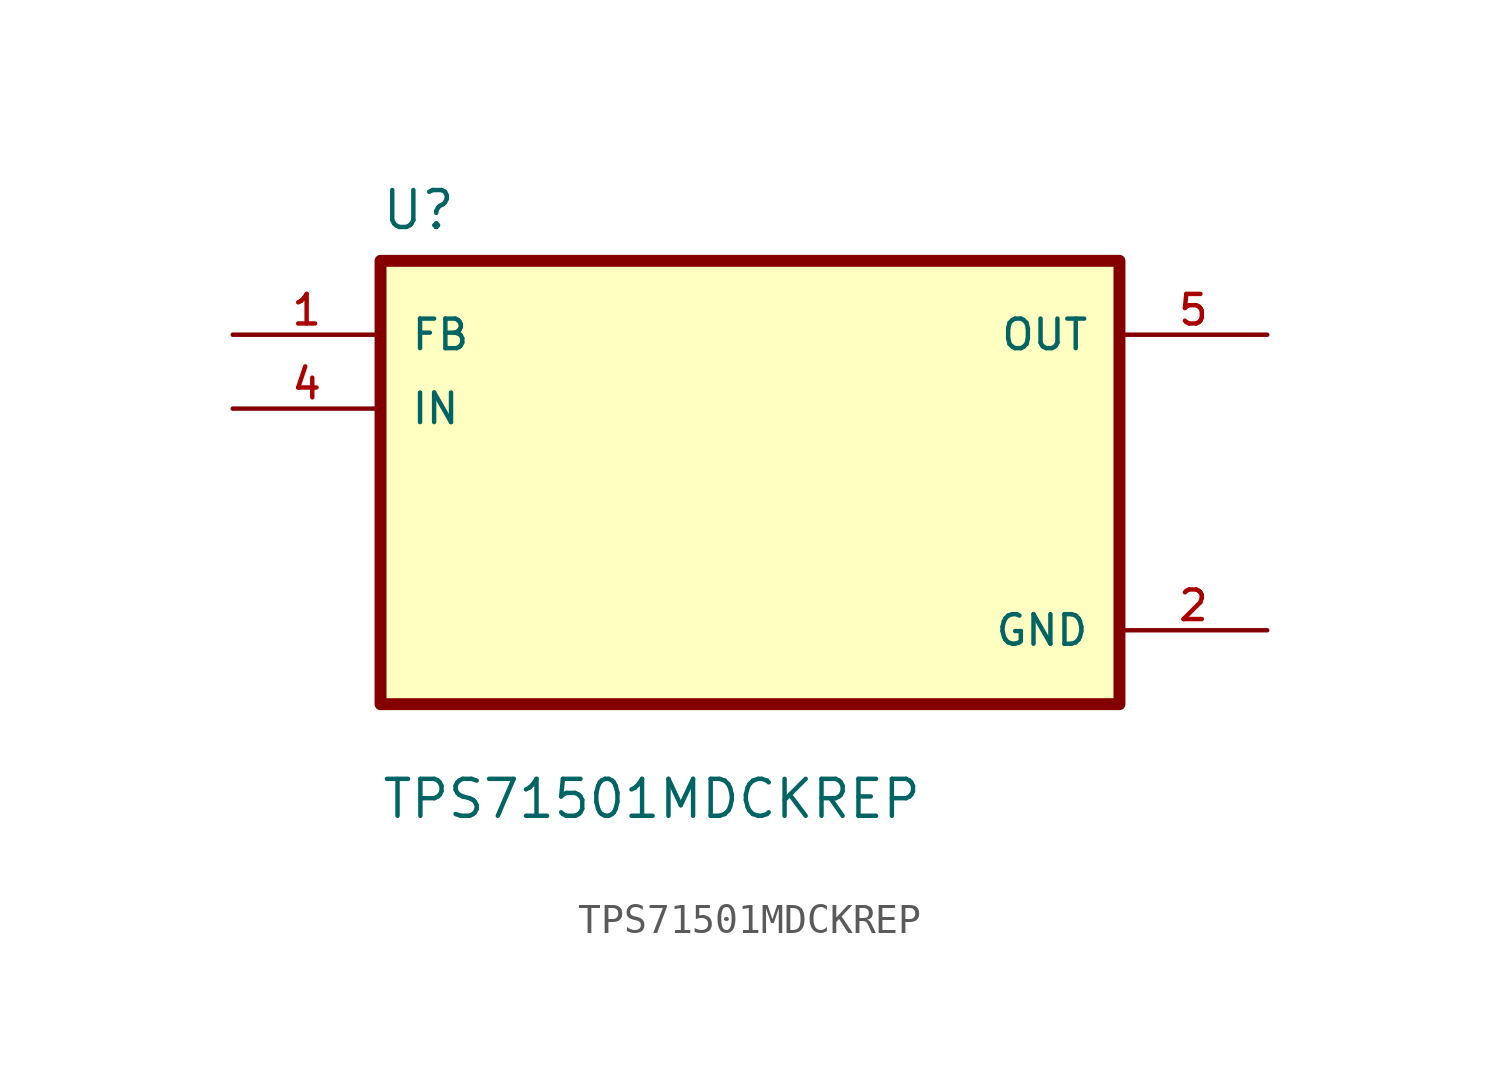
<source format=kicad_sym>
(kicad_symbol_lib
  (version 20211014)
  (generator kicad_symbol_editor)
  (symbol "TPS71501MDCKREP"
    (pin_names
      (offset 1.016))
    (property "Reference" "U"
      (at -12.7 8.62 0.0)
      (effects (font (size 1.27 1.27)) (justify bottom left)))
    (property "Value" "TPS71501MDCKREP"
      (at -12.7 -11.62 0.0)
      (effects (font (size 1.27 1.27)) (justify bottom left)))
    (symbol "TPS71501MDCKREP_0_0"
      (rectangle (start -12.7 -7.62) (end 12.7 7.62) (stroke (width 0.41)) (fill (type background)))
      (pin input line (at -17.78 5.08 0) (length 5.08) (name "FB" (effects (font (size 1.016 1.016)))) (number "1" (effects (font (size 1.016 1.016)))))
      (pin input line (at -17.78 2.54 0) (length 5.08) (name "IN" (effects (font (size 1.016 1.016)))) (number "4" (effects (font (size 1.016 1.016)))))
      (pin output line (at 17.78 5.08 180.0) (length 5.08) (name "OUT" (effects (font (size 1.016 1.016)))) (number "5" (effects (font (size 1.016 1.016)))))
      (pin power_in line (at 17.78 -5.08 180.0) (length 5.08) (name "GND" (effects (font (size 1.016 1.016)))) (number "2" (effects (font (size 1.016 1.016))))))))
</source>
